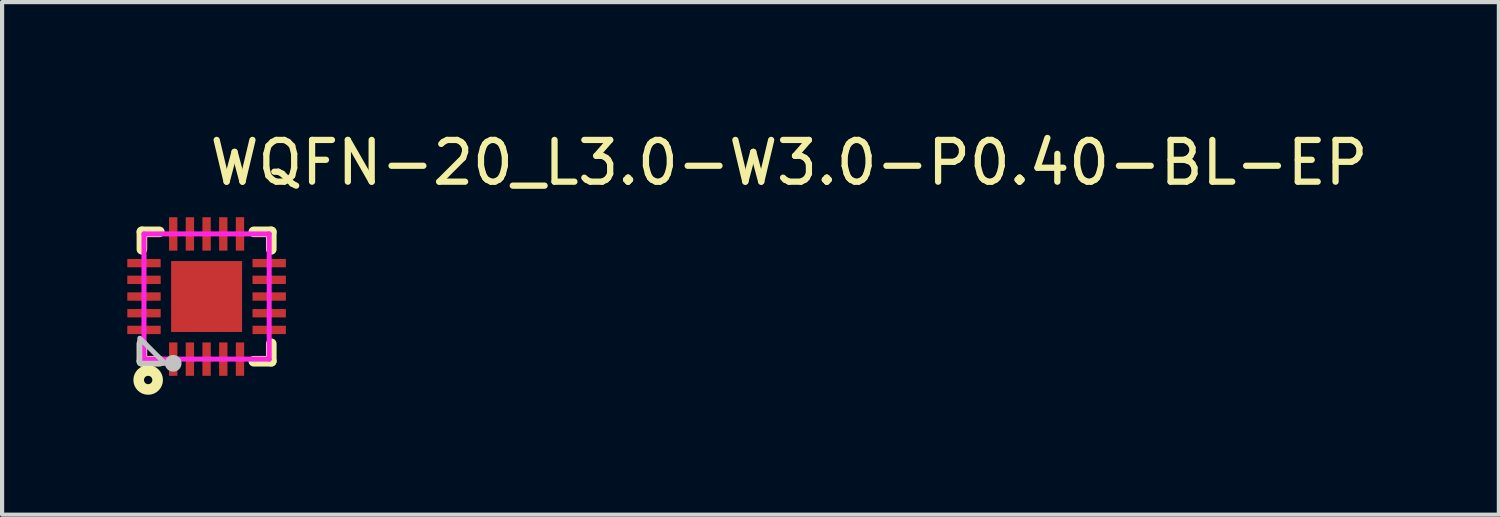
<source format=kicad_pcb>
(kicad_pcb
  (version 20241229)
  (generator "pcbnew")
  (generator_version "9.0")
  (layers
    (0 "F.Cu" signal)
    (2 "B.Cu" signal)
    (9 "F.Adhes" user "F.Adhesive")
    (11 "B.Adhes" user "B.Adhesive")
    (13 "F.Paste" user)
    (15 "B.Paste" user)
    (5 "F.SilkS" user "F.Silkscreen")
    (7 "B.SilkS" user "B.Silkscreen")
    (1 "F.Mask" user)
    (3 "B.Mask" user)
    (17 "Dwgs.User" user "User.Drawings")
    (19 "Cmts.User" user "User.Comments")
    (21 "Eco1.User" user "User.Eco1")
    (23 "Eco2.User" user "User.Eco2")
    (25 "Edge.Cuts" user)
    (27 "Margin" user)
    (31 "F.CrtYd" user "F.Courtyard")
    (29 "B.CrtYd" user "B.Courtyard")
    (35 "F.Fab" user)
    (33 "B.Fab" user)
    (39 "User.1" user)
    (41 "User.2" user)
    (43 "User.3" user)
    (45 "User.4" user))
  (footprint "WQFN-20_L3.0-W3.0-P0.40-BL-EP"
    (layer "F.Cu")
    (at 1.9 4.055)
    (property "Reference" "WQFN-20_L3.0-W3.0-P0.40-BL-EP" (at 0 -3.207 0) (layer "F.SilkS") (effects (font (size 1 1) (thickness 0.15)) (justify left)))
    (attr through_hole)
    (fp_line (start -1.55 -1.131) (end -1.55 -1.55) (stroke (width 0.254) (type solid)) (layer "F.SilkS"))
    (fp_line (start -1.55 1.55) (end -1.55 1.131) (stroke (width 0.254) (type solid)) (layer "F.SilkS"))
    (fp_line (start -1.55 1.55) (end -1.131 1.55) (stroke (width 0.254) (type solid)) (layer "F.SilkS"))
    (fp_line (start -1.131 -1.55) (end -1.55 -1.55) (stroke (width 0.254) (type solid)) (layer "F.SilkS"))
    (fp_line (start 1.131 1.55) (end 1.55 1.55) (stroke (width 0.254) (type solid)) (layer "F.SilkS"))
    (fp_line (start 1.55 -1.55) (end 1.131 -1.55) (stroke (width 0.254) (type solid)) (layer "F.SilkS"))
    (fp_line (start 1.55 -1.55) (end 1.55 -1.131) (stroke (width 0.254) (type solid)) (layer "F.SilkS"))
    (fp_line (start 1.55 1.131) (end 1.55 1.55) (stroke (width 0.254) (type solid)) (layer "F.SilkS"))
    (fp_circle (center -1.4 2) (end -1.3 2) (stroke (width 0.254) (type solid)) (fill no) (layer "F.SilkS"))
    (fp_circle (center -0.8 1.6) (end -0.7 1.6) (stroke (width 0.2) (type solid)) (fill no) (layer "Dwgs.User"))
    (fp_poly (pts (xy -1.6 1.6) (xy -1.6 1) (xy -1 1.6)) (stroke (width 0.12) (type solid)) (fill no) (layer "Dwgs.User"))
    (fp_circle (center -1.5 1.5) (end -1.47 1.5) (stroke (width 0.06) (type solid)) (fill no) (layer "Eco2.User"))
    (fp_poly (pts (xy -1.5 -0.7) (xy -1.5 -0.9) (xy -1.1 -0.9) (xy -1.1 -0.7)) (stroke (width 0.12) (type solid)) (fill no) (layer "Eco2.User"))
    (fp_poly (pts (xy -1.5 -0.3) (xy -1.5 -0.5) (xy -1.1 -0.5) (xy -1.1 -0.3)) (stroke (width 0.12) (type solid)) (fill no) (layer "Eco2.User"))
    (fp_poly (pts (xy -1.5 0.1) (xy -1.5 -0.1) (xy -1.1 -0.1) (xy -1.1 0.1)) (stroke (width 0.12) (type solid)) (fill no) (layer "Eco2.User"))
    (fp_poly (pts (xy -1.5 0.5) (xy -1.5 0.3) (xy -1.1 0.3) (xy -1.1 0.5)) (stroke (width 0.12) (type solid)) (fill no) (layer "Eco2.User"))
    (fp_poly (pts (xy -1.5 0.9) (xy -1.5 0.7) (xy -1.1 0.7) (xy -1.1 0.9)) (stroke (width 0.12) (type solid)) (fill no) (layer "Eco2.User"))
    (fp_poly (pts (xy -0.85 0.85) (xy -0.85 -0.85) (xy 0.85 -0.85) (xy 0.85 0.85)) (stroke (width 0.12) (type solid)) (fill no) (layer "Eco2.User"))
    (fp_poly (pts (xy -0.7 -1.1) (xy -0.9 -1.1) (xy -0.9 -1.5) (xy -0.7 -1.5)) (stroke (width 0.12) (type solid)) (fill no) (layer "Eco2.User"))
    (fp_poly (pts (xy -0.7 1.5) (xy -0.9 1.5) (xy -0.9 1.1) (xy -0.7 1.1)) (stroke (width 0.12) (type solid)) (fill no) (layer "Eco2.User"))
    (fp_poly (pts (xy -0.3 -1.1) (xy -0.5 -1.1) (xy -0.5 -1.5) (xy -0.3 -1.5)) (stroke (width 0.12) (type solid)) (fill no) (layer "Eco2.User"))
    (fp_poly (pts (xy -0.3 1.5) (xy -0.5 1.5) (xy -0.5 1.1) (xy -0.3 1.1)) (stroke (width 0.12) (type solid)) (fill no) (layer "Eco2.User"))
    (fp_poly (pts (xy 0.1 -1.1) (xy -0.1 -1.1) (xy -0.1 -1.5) (xy 0.1 -1.5)) (stroke (width 0.12) (type solid)) (fill no) (layer "Eco2.User"))
    (fp_poly (pts (xy 0.1 1.5) (xy -0.1 1.5) (xy -0.1 1.1) (xy 0.1 1.1)) (stroke (width 0.12) (type solid)) (fill no) (layer "Eco2.User"))
    (fp_poly (pts (xy 0.5 -1.1) (xy 0.3 -1.1) (xy 0.3 -1.5) (xy 0.5 -1.5)) (stroke (width 0.12) (type solid)) (fill no) (layer "Eco2.User"))
    (fp_poly (pts (xy 0.5 1.5) (xy 0.3 1.5) (xy 0.3 1.1) (xy 0.5 1.1)) (stroke (width 0.12) (type solid)) (fill no) (layer "Eco2.User"))
    (fp_poly (pts (xy 0.9 -1.1) (xy 0.7 -1.1) (xy 0.7 -1.5) (xy 0.9 -1.5)) (stroke (width 0.12) (type solid)) (fill no) (layer "Eco2.User"))
    (fp_poly (pts (xy 0.9 1.5) (xy 0.7 1.5) (xy 0.7 1.1) (xy 0.9 1.1)) (stroke (width 0.12) (type solid)) (fill no) (layer "Eco2.User"))
    (fp_poly (pts (xy 1.5 -0.9) (xy 1.5 -0.7) (xy 1.1 -0.7) (xy 1.1 -0.9)) (stroke (width 0.12) (type solid)) (fill no) (layer "Eco2.User"))
    (fp_poly (pts (xy 1.5 -0.5) (xy 1.5 -0.3) (xy 1.1 -0.3) (xy 1.1 -0.5)) (stroke (width 0.12) (type solid)) (fill no) (layer "Eco2.User"))
    (fp_poly (pts (xy 1.5 -0.1) (xy 1.5 0.1) (xy 1.1 0.1) (xy 1.1 -0.1)) (stroke (width 0.12) (type solid)) (fill no) (layer "Eco2.User"))
    (fp_poly (pts (xy 1.5 0.3) (xy 1.5 0.5) (xy 1.1 0.5) (xy 1.1 0.3)) (stroke (width 0.12) (type solid)) (fill no) (layer "Eco2.User"))
    (fp_poly (pts (xy 1.5 0.7) (xy 1.5 0.9) (xy 1.1 0.9) (xy 1.1 0.7)) (stroke (width 0.12) (type solid)) (fill no) (layer "Eco2.User"))
    (fp_line (start -1.5 -1.5) (end 1.5 -1.5) (stroke (width 0.12) (type solid)) (layer "F.CrtYd"))
    (fp_line (start -1.5 1.5) (end -1.5 -1.5) (stroke (width 0.12) (type solid)) (layer "F.CrtYd"))
    (fp_line (start 1.5 -1.5) (end 1.5 1.5) (stroke (width 0.12) (type solid)) (layer "F.CrtYd"))
    (fp_line (start 1.5 1.5) (end -1.5 1.5) (stroke (width 0.12) (type solid)) (layer "F.CrtYd"))
    (pad "1" smd rect (at -0.8 1.5 180) (size 0.2 0.8) (layers "F.Cu" "F.Mask" "F.Paste"))
    (pad "2" smd rect (at -0.4 1.5 180) (size 0.2 0.8) (layers "F.Cu" "F.Mask" "F.Paste"))
    (pad "3" smd rect (at 0 1.5 180) (size 0.2 0.8) (layers "F.Cu" "F.Mask" "F.Paste"))
    (pad "4" smd rect (at 0.4 1.5 180) (size 0.2 0.8) (layers "F.Cu" "F.Mask" "F.Paste"))
    (pad "5" smd rect (at 0.8 1.5 180) (size 0.2 0.8) (layers "F.Cu" "F.Mask" "F.Paste"))
    (pad "6" smd rect (at 1.5 0.8 90) (size 0.2 0.8) (layers "F.Cu" "F.Mask" "F.Paste"))
    (pad "7" smd rect (at 1.5 0.4 90) (size 0.2 0.8) (layers "F.Cu" "F.Mask" "F.Paste"))
    (pad "8" smd rect (at 1.5 0 90) (size 0.2 0.8) (layers "F.Cu" "F.Mask" "F.Paste"))
    (pad "9" smd rect (at 1.5 -0.4 90) (size 0.2 0.8) (layers "F.Cu" "F.Mask" "F.Paste"))
    (pad "10" smd rect (at 1.5 -0.8 90) (size 0.2 0.8) (layers "F.Cu" "F.Mask" "F.Paste"))
    (pad "11" smd rect (at 0.8 -1.5 180) (size 0.2 0.8) (layers "F.Cu" "F.Mask" "F.Paste"))
    (pad "12" smd rect (at 0.4 -1.5 180) (size 0.2 0.8) (layers "F.Cu" "F.Mask" "F.Paste"))
    (pad "13" smd rect (at 0 -1.5 180) (size 0.2 0.8) (layers "F.Cu" "F.Mask" "F.Paste"))
    (pad "14" smd rect (at -0.4 -1.5 180) (size 0.2 0.8) (layers "F.Cu" "F.Mask" "F.Paste"))
    (pad "15" smd rect (at -0.8 -1.5 180) (size 0.2 0.8) (layers "F.Cu" "F.Mask" "F.Paste"))
    (pad "16" smd rect (at -1.5 -0.8 270) (size 0.2 0.8) (layers "F.Cu" "F.Mask" "F.Paste"))
    (pad "17" smd rect (at -1.5 -0.4 270) (size 0.2 0.8) (layers "F.Cu" "F.Mask" "F.Paste"))
    (pad "18" smd rect (at -1.5 0 270) (size 0.2 0.8) (layers "F.Cu" "F.Mask" "F.Paste"))
    (pad "19" smd rect (at -1.5 0.4 270) (size 0.2 0.8) (layers "F.Cu" "F.Mask" "F.Paste"))
    (pad "20" smd rect (at -1.5 0.8 270) (size 0.2 0.8) (layers "F.Cu" "F.Mask" "F.Paste"))
    (pad "21" smd rect (at 0 0 270) (size 1.7 1.7) (layers "F.Cu" "F.Mask" "F.Paste")))
  (gr_rect
    (start -3 -3)
    (end 32.864 9.282)
    (stroke (width 0.1) (type default))
    (fill no)
    (layer "Edge.Cuts")))
</source>
